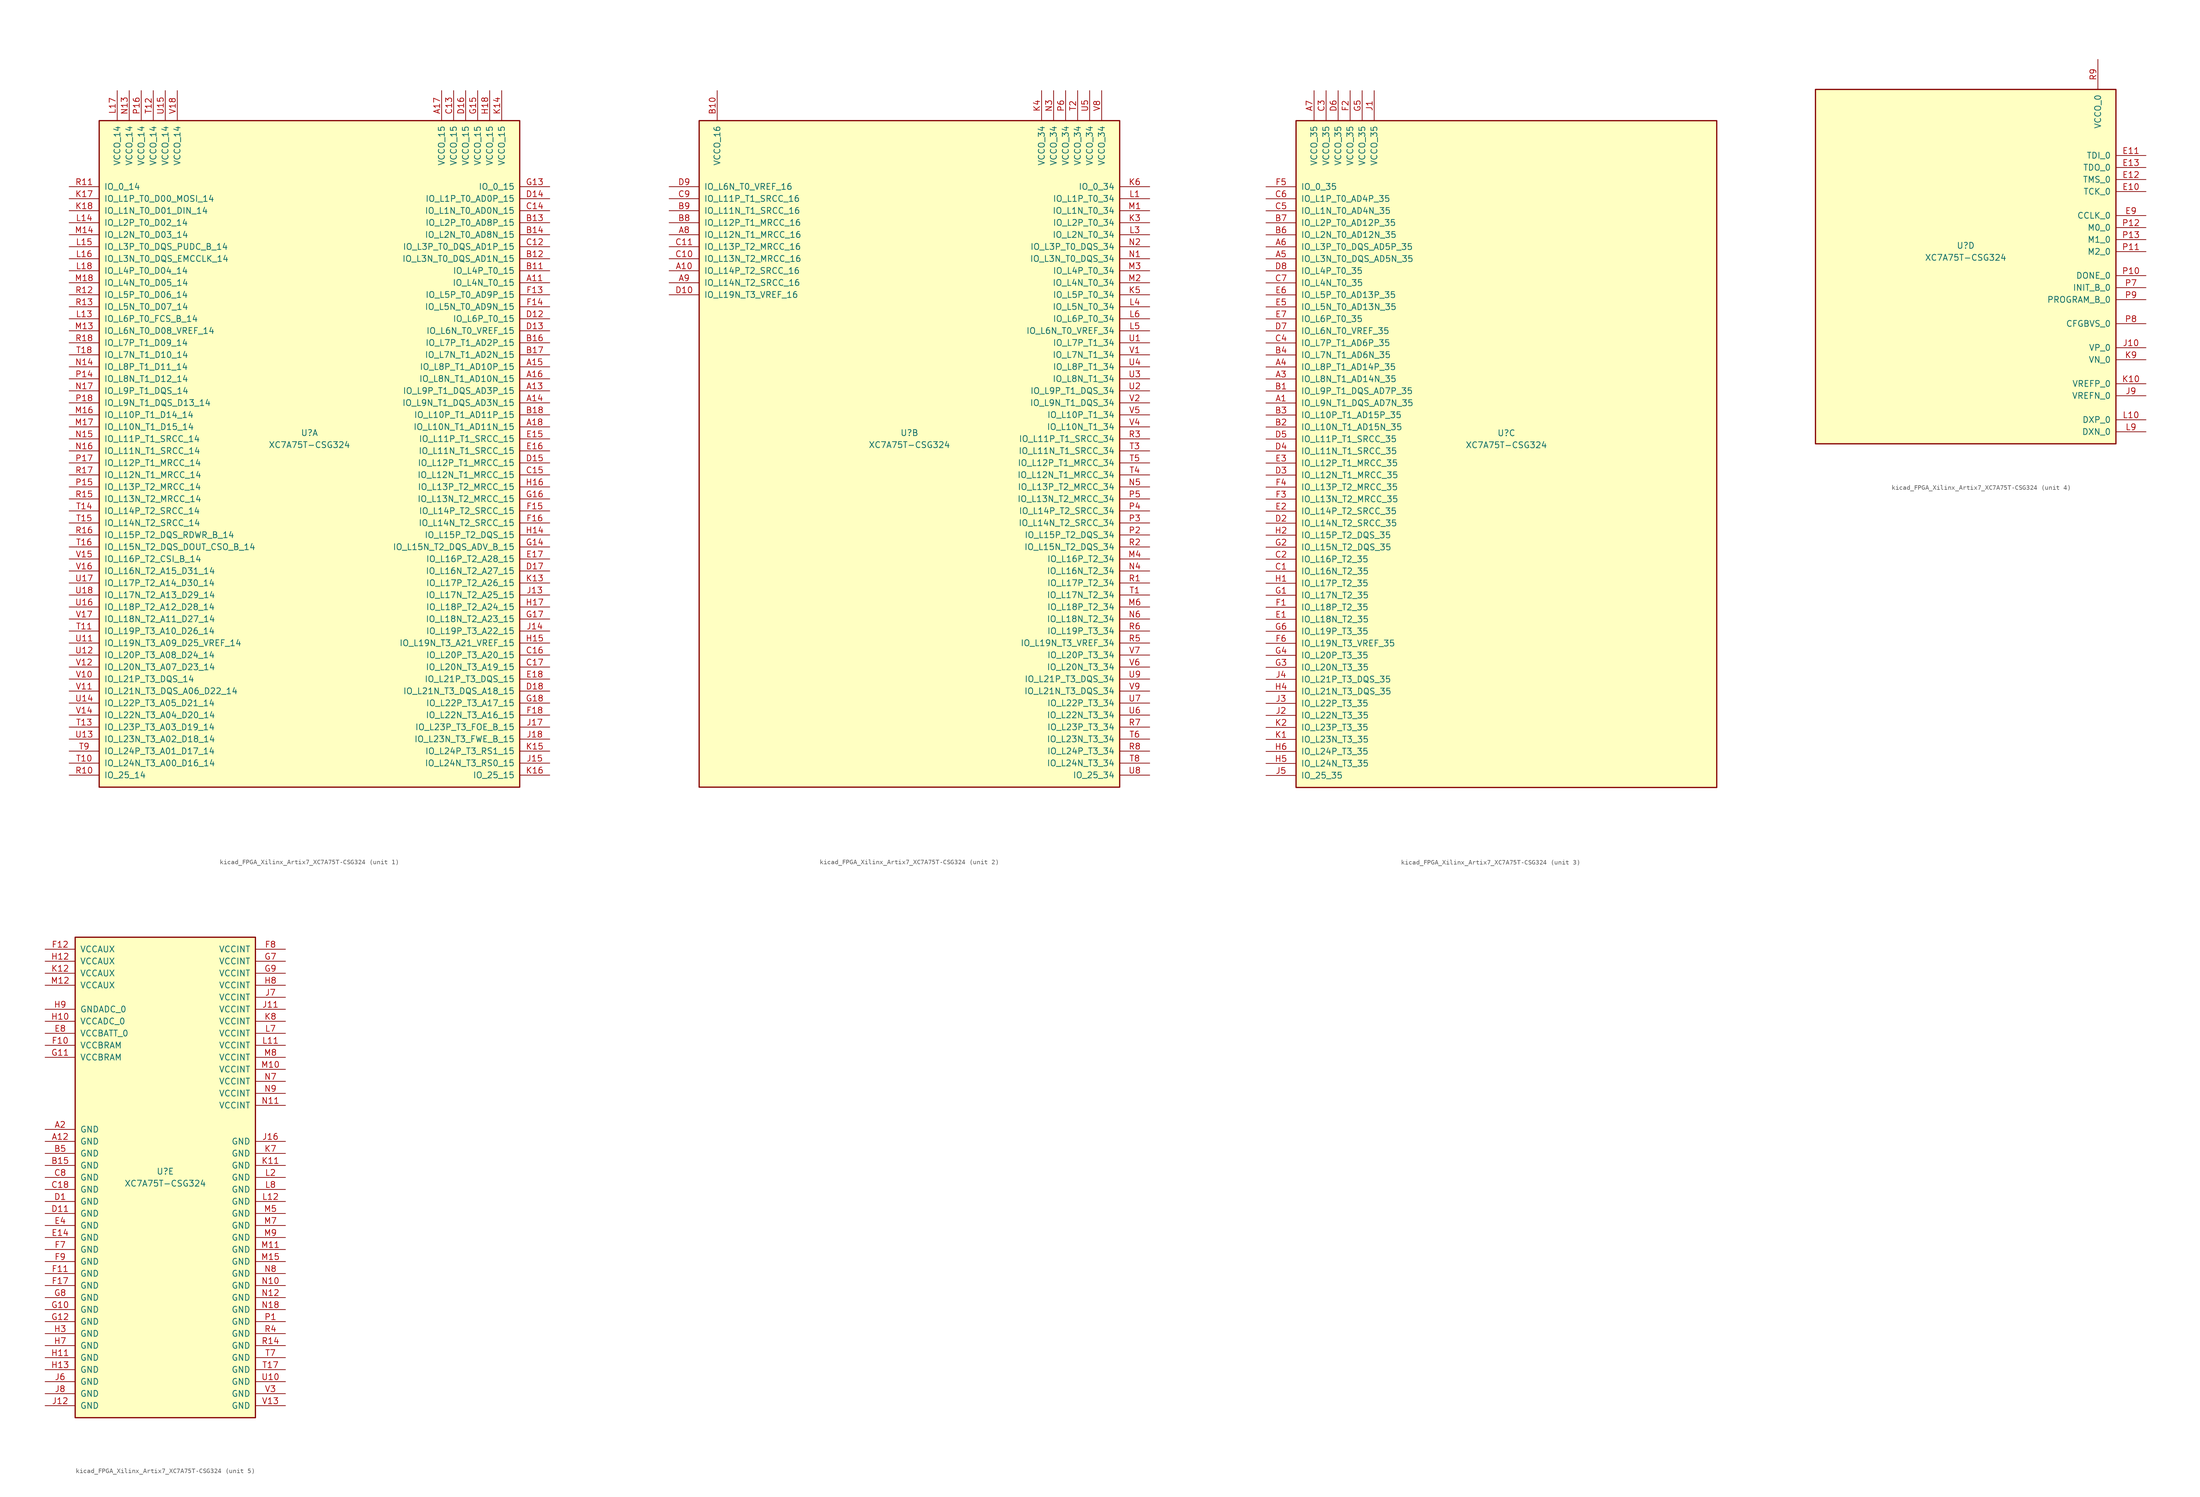
<source format=kicad_sym>
(kicad_symbol_lib
  (version 20220914)
  (generator kicad_symbol_editor)
  (symbol "kicad_FPGA_Xilinx_Artix7_XC7A75T-CSG324"
    (pin_names
      (offset 1.016))
    (property "Reference" "U"
      (at 0 1.27 0)
      (effects (font (size 1.27 1.27))))
    (property "Value" "XC7A75T-CSG324"
      (at 0 -1.27 0)
      (effects (font (size 1.27 1.27))))
    (property "Datasheet" ""
      (at 0 0 0)
      (effects (font (size 1.27 1.27))))
    (property "ki_locked" ""
      (at 0 0 0)
      (effects (font (size 1.27 1.27))))
    (symbol "kicad_FPGA_Xilinx_Artix7_XC7A75T-CSG324_1_1"
      (rectangle (start -44.45 67.31) (end 44.45 -73.66) (stroke (width 0.254) (type default)) (fill (type background)))
      (pin bidirectional line (at 50.8 33.02 180) (length 6.35) (name "IO_L4N_T0_15" (effects (font (size 1.27 1.27)))) (number "A11" (effects (font (size 1.27 1.27)))))
      (pin bidirectional line (at 50.8 10.16 180) (length 6.35) (name "IO_L9P_T1_DQS_AD3P_15" (effects (font (size 1.27 1.27)))) (number "A13" (effects (font (size 1.27 1.27)))))
      (pin bidirectional line (at 50.8 7.62 180) (length 6.35) (name "IO_L9N_T1_DQS_AD3N_15" (effects (font (size 1.27 1.27)))) (number "A14" (effects (font (size 1.27 1.27)))))
      (pin bidirectional line (at 50.8 15.24 180) (length 6.35) (name "IO_L8P_T1_AD10P_15" (effects (font (size 1.27 1.27)))) (number "A15" (effects (font (size 1.27 1.27)))))
      (pin bidirectional line (at 50.8 12.7 180) (length 6.35) (name "IO_L8N_T1_AD10N_15" (effects (font (size 1.27 1.27)))) (number "A16" (effects (font (size 1.27 1.27)))))
      (pin power_in line (at 27.94 73.66 270) (length 6.35) (name "VCCO_15" (effects (font (size 1.27 1.27)))) (number "A17" (effects (font (size 1.27 1.27)))))
      (pin bidirectional line (at 50.8 2.54 180) (length 6.35) (name "IO_L10N_T1_AD11N_15" (effects (font (size 1.27 1.27)))) (number "A18" (effects (font (size 1.27 1.27)))))
      (pin bidirectional line (at 50.8 35.56 180) (length 6.35) (name "IO_L4P_T0_15" (effects (font (size 1.27 1.27)))) (number "B11" (effects (font (size 1.27 1.27)))))
      (pin bidirectional line (at 50.8 38.1 180) (length 6.35) (name "IO_L3N_T0_DQS_AD1N_15" (effects (font (size 1.27 1.27)))) (number "B12" (effects (font (size 1.27 1.27)))))
      (pin bidirectional line (at 50.8 45.72 180) (length 6.35) (name "IO_L2P_T0_AD8P_15" (effects (font (size 1.27 1.27)))) (number "B13" (effects (font (size 1.27 1.27)))))
      (pin bidirectional line (at 50.8 43.18 180) (length 6.35) (name "IO_L2N_T0_AD8N_15" (effects (font (size 1.27 1.27)))) (number "B14" (effects (font (size 1.27 1.27)))))
      (pin bidirectional line (at 50.8 20.32 180) (length 6.35) (name "IO_L7P_T1_AD2P_15" (effects (font (size 1.27 1.27)))) (number "B16" (effects (font (size 1.27 1.27)))))
      (pin bidirectional line (at 50.8 17.78 180) (length 6.35) (name "IO_L7N_T1_AD2N_15" (effects (font (size 1.27 1.27)))) (number "B17" (effects (font (size 1.27 1.27)))))
      (pin bidirectional line (at 50.8 5.08 180) (length 6.35) (name "IO_L10P_T1_AD11P_15" (effects (font (size 1.27 1.27)))) (number "B18" (effects (font (size 1.27 1.27)))))
      (pin bidirectional line (at 50.8 40.64 180) (length 6.35) (name "IO_L3P_T0_DQS_AD1P_15" (effects (font (size 1.27 1.27)))) (number "C12" (effects (font (size 1.27 1.27)))))
      (pin power_in line (at 30.48 73.66 270) (length 6.35) (name "VCCO_15" (effects (font (size 1.27 1.27)))) (number "C13" (effects (font (size 1.27 1.27)))))
      (pin bidirectional line (at 50.8 48.26 180) (length 6.35) (name "IO_L1N_T0_AD0N_15" (effects (font (size 1.27 1.27)))) (number "C14" (effects (font (size 1.27 1.27)))))
      (pin bidirectional line (at 50.8 -7.62 180) (length 6.35) (name "IO_L12N_T1_MRCC_15" (effects (font (size 1.27 1.27)))) (number "C15" (effects (font (size 1.27 1.27)))))
      (pin bidirectional line (at 50.8 -45.72 180) (length 6.35) (name "IO_L20P_T3_A20_15" (effects (font (size 1.27 1.27)))) (number "C16" (effects (font (size 1.27 1.27)))))
      (pin bidirectional line (at 50.8 -48.26 180) (length 6.35) (name "IO_L20N_T3_A19_15" (effects (font (size 1.27 1.27)))) (number "C17" (effects (font (size 1.27 1.27)))))
      (pin bidirectional line (at 50.8 25.4 180) (length 6.35) (name "IO_L6P_T0_15" (effects (font (size 1.27 1.27)))) (number "D12" (effects (font (size 1.27 1.27)))))
      (pin bidirectional line (at 50.8 22.86 180) (length 6.35) (name "IO_L6N_T0_VREF_15" (effects (font (size 1.27 1.27)))) (number "D13" (effects (font (size 1.27 1.27)))))
      (pin bidirectional line (at 50.8 50.8 180) (length 6.35) (name "IO_L1P_T0_AD0P_15" (effects (font (size 1.27 1.27)))) (number "D14" (effects (font (size 1.27 1.27)))))
      (pin bidirectional line (at 50.8 -5.08 180) (length 6.35) (name "IO_L12P_T1_MRCC_15" (effects (font (size 1.27 1.27)))) (number "D15" (effects (font (size 1.27 1.27)))))
      (pin power_in line (at 33.02 73.66 270) (length 6.35) (name "VCCO_15" (effects (font (size 1.27 1.27)))) (number "D16" (effects (font (size 1.27 1.27)))))
      (pin bidirectional line (at 50.8 -27.94 180) (length 6.35) (name "IO_L16N_T2_A27_15" (effects (font (size 1.27 1.27)))) (number "D17" (effects (font (size 1.27 1.27)))))
      (pin bidirectional line (at 50.8 -53.34 180) (length 6.35) (name "IO_L21N_T3_DQS_A18_15" (effects (font (size 1.27 1.27)))) (number "D18" (effects (font (size 1.27 1.27)))))
      (pin bidirectional line (at 50.8 0 180) (length 6.35) (name "IO_L11P_T1_SRCC_15" (effects (font (size 1.27 1.27)))) (number "E15" (effects (font (size 1.27 1.27)))))
      (pin bidirectional line (at 50.8 -2.54 180) (length 6.35) (name "IO_L11N_T1_SRCC_15" (effects (font (size 1.27 1.27)))) (number "E16" (effects (font (size 1.27 1.27)))))
      (pin bidirectional line (at 50.8 -25.4 180) (length 6.35) (name "IO_L16P_T2_A28_15" (effects (font (size 1.27 1.27)))) (number "E17" (effects (font (size 1.27 1.27)))))
      (pin bidirectional line (at 50.8 -50.8 180) (length 6.35) (name "IO_L21P_T3_DQS_15" (effects (font (size 1.27 1.27)))) (number "E18" (effects (font (size 1.27 1.27)))))
      (pin bidirectional line (at 50.8 30.48 180) (length 6.35) (name "IO_L5P_T0_AD9P_15" (effects (font (size 1.27 1.27)))) (number "F13" (effects (font (size 1.27 1.27)))))
      (pin bidirectional line (at 50.8 27.94 180) (length 6.35) (name "IO_L5N_T0_AD9N_15" (effects (font (size 1.27 1.27)))) (number "F14" (effects (font (size 1.27 1.27)))))
      (pin bidirectional line (at 50.8 -15.24 180) (length 6.35) (name "IO_L14P_T2_SRCC_15" (effects (font (size 1.27 1.27)))) (number "F15" (effects (font (size 1.27 1.27)))))
      (pin bidirectional line (at 50.8 -17.78 180) (length 6.35) (name "IO_L14N_T2_SRCC_15" (effects (font (size 1.27 1.27)))) (number "F16" (effects (font (size 1.27 1.27)))))
      (pin bidirectional line (at 50.8 -58.42 180) (length 6.35) (name "IO_L22N_T3_A16_15" (effects (font (size 1.27 1.27)))) (number "F18" (effects (font (size 1.27 1.27)))))
      (pin bidirectional line (at 50.8 53.34 180) (length 6.35) (name "IO_0_15" (effects (font (size 1.27 1.27)))) (number "G13" (effects (font (size 1.27 1.27)))))
      (pin bidirectional line (at 50.8 -22.86 180) (length 6.35) (name "IO_L15N_T2_DQS_ADV_B_15" (effects (font (size 1.27 1.27)))) (number "G14" (effects (font (size 1.27 1.27)))))
      (pin power_in line (at 35.56 73.66 270) (length 6.35) (name "VCCO_15" (effects (font (size 1.27 1.27)))) (number "G15" (effects (font (size 1.27 1.27)))))
      (pin bidirectional line (at 50.8 -12.7 180) (length 6.35) (name "IO_L13N_T2_MRCC_15" (effects (font (size 1.27 1.27)))) (number "G16" (effects (font (size 1.27 1.27)))))
      (pin bidirectional line (at 50.8 -38.1 180) (length 6.35) (name "IO_L18N_T2_A23_15" (effects (font (size 1.27 1.27)))) (number "G17" (effects (font (size 1.27 1.27)))))
      (pin bidirectional line (at 50.8 -55.88 180) (length 6.35) (name "IO_L22P_T3_A17_15" (effects (font (size 1.27 1.27)))) (number "G18" (effects (font (size 1.27 1.27)))))
      (pin bidirectional line (at 50.8 -20.32 180) (length 6.35) (name "IO_L15P_T2_DQS_15" (effects (font (size 1.27 1.27)))) (number "H14" (effects (font (size 1.27 1.27)))))
      (pin bidirectional line (at 50.8 -43.18 180) (length 6.35) (name "IO_L19N_T3_A21_VREF_15" (effects (font (size 1.27 1.27)))) (number "H15" (effects (font (size 1.27 1.27)))))
      (pin bidirectional line (at 50.8 -10.16 180) (length 6.35) (name "IO_L13P_T2_MRCC_15" (effects (font (size 1.27 1.27)))) (number "H16" (effects (font (size 1.27 1.27)))))
      (pin bidirectional line (at 50.8 -35.56 180) (length 6.35) (name "IO_L18P_T2_A24_15" (effects (font (size 1.27 1.27)))) (number "H17" (effects (font (size 1.27 1.27)))))
      (pin power_in line (at 38.1 73.66 270) (length 6.35) (name "VCCO_15" (effects (font (size 1.27 1.27)))) (number "H18" (effects (font (size 1.27 1.27)))))
      (pin bidirectional line (at 50.8 -33.02 180) (length 6.35) (name "IO_L17N_T2_A25_15" (effects (font (size 1.27 1.27)))) (number "J13" (effects (font (size 1.27 1.27)))))
      (pin bidirectional line (at 50.8 -40.64 180) (length 6.35) (name "IO_L19P_T3_A22_15" (effects (font (size 1.27 1.27)))) (number "J14" (effects (font (size 1.27 1.27)))))
      (pin bidirectional line (at 50.8 -68.58 180) (length 6.35) (name "IO_L24N_T3_RS0_15" (effects (font (size 1.27 1.27)))) (number "J15" (effects (font (size 1.27 1.27)))))
      (pin bidirectional line (at 50.8 -60.96 180) (length 6.35) (name "IO_L23P_T3_FOE_B_15" (effects (font (size 1.27 1.27)))) (number "J17" (effects (font (size 1.27 1.27)))))
      (pin bidirectional line (at 50.8 -63.5 180) (length 6.35) (name "IO_L23N_T3_FWE_B_15" (effects (font (size 1.27 1.27)))) (number "J18" (effects (font (size 1.27 1.27)))))
      (pin bidirectional line (at 50.8 -30.48 180) (length 6.35) (name "IO_L17P_T2_A26_15" (effects (font (size 1.27 1.27)))) (number "K13" (effects (font (size 1.27 1.27)))))
      (pin power_in line (at 40.64 73.66 270) (length 6.35) (name "VCCO_15" (effects (font (size 1.27 1.27)))) (number "K14" (effects (font (size 1.27 1.27)))))
      (pin bidirectional line (at 50.8 -66.04 180) (length 6.35) (name "IO_L24P_T3_RS1_15" (effects (font (size 1.27 1.27)))) (number "K15" (effects (font (size 1.27 1.27)))))
      (pin bidirectional line (at 50.8 -71.12 180) (length 6.35) (name "IO_25_15" (effects (font (size 1.27 1.27)))) (number "K16" (effects (font (size 1.27 1.27)))))
      (pin bidirectional line (at -50.8 50.8 0) (length 6.35) (name "IO_L1P_T0_D00_MOSI_14" (effects (font (size 1.27 1.27)))) (number "K17" (effects (font (size 1.27 1.27)))))
      (pin bidirectional line (at -50.8 48.26 0) (length 6.35) (name "IO_L1N_T0_D01_DIN_14" (effects (font (size 1.27 1.27)))) (number "K18" (effects (font (size 1.27 1.27)))))
      (pin bidirectional line (at -50.8 25.4 0) (length 6.35) (name "IO_L6P_T0_FCS_B_14" (effects (font (size 1.27 1.27)))) (number "L13" (effects (font (size 1.27 1.27)))))
      (pin bidirectional line (at -50.8 45.72 0) (length 6.35) (name "IO_L2P_T0_D02_14" (effects (font (size 1.27 1.27)))) (number "L14" (effects (font (size 1.27 1.27)))))
      (pin bidirectional line (at -50.8 40.64 0) (length 6.35) (name "IO_L3P_T0_DQS_PUDC_B_14" (effects (font (size 1.27 1.27)))) (number "L15" (effects (font (size 1.27 1.27)))))
      (pin bidirectional line (at -50.8 38.1 0) (length 6.35) (name "IO_L3N_T0_DQS_EMCCLK_14" (effects (font (size 1.27 1.27)))) (number "L16" (effects (font (size 1.27 1.27)))))
      (pin power_in line (at -40.64 73.66 270) (length 6.35) (name "VCCO_14" (effects (font (size 1.27 1.27)))) (number "L17" (effects (font (size 1.27 1.27)))))
      (pin bidirectional line (at -50.8 35.56 0) (length 6.35) (name "IO_L4P_T0_D04_14" (effects (font (size 1.27 1.27)))) (number "L18" (effects (font (size 1.27 1.27)))))
      (pin bidirectional line (at -50.8 22.86 0) (length 6.35) (name "IO_L6N_T0_D08_VREF_14" (effects (font (size 1.27 1.27)))) (number "M13" (effects (font (size 1.27 1.27)))))
      (pin bidirectional line (at -50.8 43.18 0) (length 6.35) (name "IO_L2N_T0_D03_14" (effects (font (size 1.27 1.27)))) (number "M14" (effects (font (size 1.27 1.27)))))
      (pin bidirectional line (at -50.8 5.08 0) (length 6.35) (name "IO_L10P_T1_D14_14" (effects (font (size 1.27 1.27)))) (number "M16" (effects (font (size 1.27 1.27)))))
      (pin bidirectional line (at -50.8 2.54 0) (length 6.35) (name "IO_L10N_T1_D15_14" (effects (font (size 1.27 1.27)))) (number "M17" (effects (font (size 1.27 1.27)))))
      (pin bidirectional line (at -50.8 33.02 0) (length 6.35) (name "IO_L4N_T0_D05_14" (effects (font (size 1.27 1.27)))) (number "M18" (effects (font (size 1.27 1.27)))))
      (pin power_in line (at -38.1 73.66 270) (length 6.35) (name "VCCO_14" (effects (font (size 1.27 1.27)))) (number "N13" (effects (font (size 1.27 1.27)))))
      (pin bidirectional line (at -50.8 15.24 0) (length 6.35) (name "IO_L8P_T1_D11_14" (effects (font (size 1.27 1.27)))) (number "N14" (effects (font (size 1.27 1.27)))))
      (pin bidirectional line (at -50.8 0 0) (length 6.35) (name "IO_L11P_T1_SRCC_14" (effects (font (size 1.27 1.27)))) (number "N15" (effects (font (size 1.27 1.27)))))
      (pin bidirectional line (at -50.8 -2.54 0) (length 6.35) (name "IO_L11N_T1_SRCC_14" (effects (font (size 1.27 1.27)))) (number "N16" (effects (font (size 1.27 1.27)))))
      (pin bidirectional line (at -50.8 10.16 0) (length 6.35) (name "IO_L9P_T1_DQS_14" (effects (font (size 1.27 1.27)))) (number "N17" (effects (font (size 1.27 1.27)))))
      (pin bidirectional line (at -50.8 12.7 0) (length 6.35) (name "IO_L8N_T1_D12_14" (effects (font (size 1.27 1.27)))) (number "P14" (effects (font (size 1.27 1.27)))))
      (pin bidirectional line (at -50.8 -10.16 0) (length 6.35) (name "IO_L13P_T2_MRCC_14" (effects (font (size 1.27 1.27)))) (number "P15" (effects (font (size 1.27 1.27)))))
      (pin power_in line (at -35.56 73.66 270) (length 6.35) (name "VCCO_14" (effects (font (size 1.27 1.27)))) (number "P16" (effects (font (size 1.27 1.27)))))
      (pin bidirectional line (at -50.8 -5.08 0) (length 6.35) (name "IO_L12P_T1_MRCC_14" (effects (font (size 1.27 1.27)))) (number "P17" (effects (font (size 1.27 1.27)))))
      (pin bidirectional line (at -50.8 7.62 0) (length 6.35) (name "IO_L9N_T1_DQS_D13_14" (effects (font (size 1.27 1.27)))) (number "P18" (effects (font (size 1.27 1.27)))))
      (pin bidirectional line (at -50.8 -71.12 0) (length 6.35) (name "IO_25_14" (effects (font (size 1.27 1.27)))) (number "R10" (effects (font (size 1.27 1.27)))))
      (pin bidirectional line (at -50.8 53.34 0) (length 6.35) (name "IO_0_14" (effects (font (size 1.27 1.27)))) (number "R11" (effects (font (size 1.27 1.27)))))
      (pin bidirectional line (at -50.8 30.48 0) (length 6.35) (name "IO_L5P_T0_D06_14" (effects (font (size 1.27 1.27)))) (number "R12" (effects (font (size 1.27 1.27)))))
      (pin bidirectional line (at -50.8 27.94 0) (length 6.35) (name "IO_L5N_T0_D07_14" (effects (font (size 1.27 1.27)))) (number "R13" (effects (font (size 1.27 1.27)))))
      (pin bidirectional line (at -50.8 -12.7 0) (length 6.35) (name "IO_L13N_T2_MRCC_14" (effects (font (size 1.27 1.27)))) (number "R15" (effects (font (size 1.27 1.27)))))
      (pin bidirectional line (at -50.8 -20.32 0) (length 6.35) (name "IO_L15P_T2_DQS_RDWR_B_14" (effects (font (size 1.27 1.27)))) (number "R16" (effects (font (size 1.27 1.27)))))
      (pin bidirectional line (at -50.8 -7.62 0) (length 6.35) (name "IO_L12N_T1_MRCC_14" (effects (font (size 1.27 1.27)))) (number "R17" (effects (font (size 1.27 1.27)))))
      (pin bidirectional line (at -50.8 20.32 0) (length 6.35) (name "IO_L7P_T1_D09_14" (effects (font (size 1.27 1.27)))) (number "R18" (effects (font (size 1.27 1.27)))))
      (pin bidirectional line (at -50.8 -68.58 0) (length 6.35) (name "IO_L24N_T3_A00_D16_14" (effects (font (size 1.27 1.27)))) (number "T10" (effects (font (size 1.27 1.27)))))
      (pin bidirectional line (at -50.8 -40.64 0) (length 6.35) (name "IO_L19P_T3_A10_D26_14" (effects (font (size 1.27 1.27)))) (number "T11" (effects (font (size 1.27 1.27)))))
      (pin power_in line (at -33.02 73.66 270) (length 6.35) (name "VCCO_14" (effects (font (size 1.27 1.27)))) (number "T12" (effects (font (size 1.27 1.27)))))
      (pin bidirectional line (at -50.8 -60.96 0) (length 6.35) (name "IO_L23P_T3_A03_D19_14" (effects (font (size 1.27 1.27)))) (number "T13" (effects (font (size 1.27 1.27)))))
      (pin bidirectional line (at -50.8 -15.24 0) (length 6.35) (name "IO_L14P_T2_SRCC_14" (effects (font (size 1.27 1.27)))) (number "T14" (effects (font (size 1.27 1.27)))))
      (pin bidirectional line (at -50.8 -17.78 0) (length 6.35) (name "IO_L14N_T2_SRCC_14" (effects (font (size 1.27 1.27)))) (number "T15" (effects (font (size 1.27 1.27)))))
      (pin bidirectional line (at -50.8 -22.86 0) (length 6.35) (name "IO_L15N_T2_DQS_DOUT_CSO_B_14" (effects (font (size 1.27 1.27)))) (number "T16" (effects (font (size 1.27 1.27)))))
      (pin bidirectional line (at -50.8 17.78 0) (length 6.35) (name "IO_L7N_T1_D10_14" (effects (font (size 1.27 1.27)))) (number "T18" (effects (font (size 1.27 1.27)))))
      (pin bidirectional line (at -50.8 -66.04 0) (length 6.35) (name "IO_L24P_T3_A01_D17_14" (effects (font (size 1.27 1.27)))) (number "T9" (effects (font (size 1.27 1.27)))))
      (pin bidirectional line (at -50.8 -43.18 0) (length 6.35) (name "IO_L19N_T3_A09_D25_VREF_14" (effects (font (size 1.27 1.27)))) (number "U11" (effects (font (size 1.27 1.27)))))
      (pin bidirectional line (at -50.8 -45.72 0) (length 6.35) (name "IO_L20P_T3_A08_D24_14" (effects (font (size 1.27 1.27)))) (number "U12" (effects (font (size 1.27 1.27)))))
      (pin bidirectional line (at -50.8 -63.5 0) (length 6.35) (name "IO_L23N_T3_A02_D18_14" (effects (font (size 1.27 1.27)))) (number "U13" (effects (font (size 1.27 1.27)))))
      (pin bidirectional line (at -50.8 -55.88 0) (length 6.35) (name "IO_L22P_T3_A05_D21_14" (effects (font (size 1.27 1.27)))) (number "U14" (effects (font (size 1.27 1.27)))))
      (pin power_in line (at -30.48 73.66 270) (length 6.35) (name "VCCO_14" (effects (font (size 1.27 1.27)))) (number "U15" (effects (font (size 1.27 1.27)))))
      (pin bidirectional line (at -50.8 -35.56 0) (length 6.35) (name "IO_L18P_T2_A12_D28_14" (effects (font (size 1.27 1.27)))) (number "U16" (effects (font (size 1.27 1.27)))))
      (pin bidirectional line (at -50.8 -30.48 0) (length 6.35) (name "IO_L17P_T2_A14_D30_14" (effects (font (size 1.27 1.27)))) (number "U17" (effects (font (size 1.27 1.27)))))
      (pin bidirectional line (at -50.8 -33.02 0) (length 6.35) (name "IO_L17N_T2_A13_D29_14" (effects (font (size 1.27 1.27)))) (number "U18" (effects (font (size 1.27 1.27)))))
      (pin bidirectional line (at -50.8 -50.8 0) (length 6.35) (name "IO_L21P_T3_DQS_14" (effects (font (size 1.27 1.27)))) (number "V10" (effects (font (size 1.27 1.27)))))
      (pin bidirectional line (at -50.8 -53.34 0) (length 6.35) (name "IO_L21N_T3_DQS_A06_D22_14" (effects (font (size 1.27 1.27)))) (number "V11" (effects (font (size 1.27 1.27)))))
      (pin bidirectional line (at -50.8 -48.26 0) (length 6.35) (name "IO_L20N_T3_A07_D23_14" (effects (font (size 1.27 1.27)))) (number "V12" (effects (font (size 1.27 1.27)))))
      (pin bidirectional line (at -50.8 -58.42 0) (length 6.35) (name "IO_L22N_T3_A04_D20_14" (effects (font (size 1.27 1.27)))) (number "V14" (effects (font (size 1.27 1.27)))))
      (pin bidirectional line (at -50.8 -25.4 0) (length 6.35) (name "IO_L16P_T2_CSI_B_14" (effects (font (size 1.27 1.27)))) (number "V15" (effects (font (size 1.27 1.27)))))
      (pin bidirectional line (at -50.8 -27.94 0) (length 6.35) (name "IO_L16N_T2_A15_D31_14" (effects (font (size 1.27 1.27)))) (number "V16" (effects (font (size 1.27 1.27)))))
      (pin bidirectional line (at -50.8 -38.1 0) (length 6.35) (name "IO_L18N_T2_A11_D27_14" (effects (font (size 1.27 1.27)))) (number "V17" (effects (font (size 1.27 1.27)))))
      (pin power_in line (at -27.94 73.66 270) (length 6.35) (name "VCCO_14" (effects (font (size 1.27 1.27)))) (number "V18" (effects (font (size 1.27 1.27))))))
    (symbol "kicad_FPGA_Xilinx_Artix7_XC7A75T-CSG324_2_1"
      (rectangle (start -44.45 67.31) (end 44.45 -73.66) (stroke (width 0.254) (type default)) (fill (type background)))
      (pin bidirectional line (at -50.8 35.56 0) (length 6.35) (name "IO_L14P_T2_SRCC_16" (effects (font (size 1.27 1.27)))) (number "A10" (effects (font (size 1.27 1.27)))))
      (pin bidirectional line (at -50.8 43.18 0) (length 6.35) (name "IO_L12N_T1_MRCC_16" (effects (font (size 1.27 1.27)))) (number "A8" (effects (font (size 1.27 1.27)))))
      (pin bidirectional line (at -50.8 33.02 0) (length 6.35) (name "IO_L14N_T2_SRCC_16" (effects (font (size 1.27 1.27)))) (number "A9" (effects (font (size 1.27 1.27)))))
      (pin power_in line (at -40.64 73.66 270) (length 6.35) (name "VCCO_16" (effects (font (size 1.27 1.27)))) (number "B10" (effects (font (size 1.27 1.27)))))
      (pin bidirectional line (at -50.8 45.72 0) (length 6.35) (name "IO_L12P_T1_MRCC_16" (effects (font (size 1.27 1.27)))) (number "B8" (effects (font (size 1.27 1.27)))))
      (pin bidirectional line (at -50.8 48.26 0) (length 6.35) (name "IO_L11N_T1_SRCC_16" (effects (font (size 1.27 1.27)))) (number "B9" (effects (font (size 1.27 1.27)))))
      (pin bidirectional line (at -50.8 38.1 0) (length 6.35) (name "IO_L13N_T2_MRCC_16" (effects (font (size 1.27 1.27)))) (number "C10" (effects (font (size 1.27 1.27)))))
      (pin bidirectional line (at -50.8 40.64 0) (length 6.35) (name "IO_L13P_T2_MRCC_16" (effects (font (size 1.27 1.27)))) (number "C11" (effects (font (size 1.27 1.27)))))
      (pin bidirectional line (at -50.8 50.8 0) (length 6.35) (name "IO_L11P_T1_SRCC_16" (effects (font (size 1.27 1.27)))) (number "C9" (effects (font (size 1.27 1.27)))))
      (pin bidirectional line (at -50.8 30.48 0) (length 6.35) (name "IO_L19N_T3_VREF_16" (effects (font (size 1.27 1.27)))) (number "D10" (effects (font (size 1.27 1.27)))))
      (pin bidirectional line (at -50.8 53.34 0) (length 6.35) (name "IO_L6N_T0_VREF_16" (effects (font (size 1.27 1.27)))) (number "D9" (effects (font (size 1.27 1.27)))))
      (pin bidirectional line (at 50.8 45.72 180) (length 6.35) (name "IO_L2P_T0_34" (effects (font (size 1.27 1.27)))) (number "K3" (effects (font (size 1.27 1.27)))))
      (pin power_in line (at 27.94 73.66 270) (length 6.35) (name "VCCO_34" (effects (font (size 1.27 1.27)))) (number "K4" (effects (font (size 1.27 1.27)))))
      (pin bidirectional line (at 50.8 30.48 180) (length 6.35) (name "IO_L5P_T0_34" (effects (font (size 1.27 1.27)))) (number "K5" (effects (font (size 1.27 1.27)))))
      (pin bidirectional line (at 50.8 53.34 180) (length 6.35) (name "IO_0_34" (effects (font (size 1.27 1.27)))) (number "K6" (effects (font (size 1.27 1.27)))))
      (pin bidirectional line (at 50.8 50.8 180) (length 6.35) (name "IO_L1P_T0_34" (effects (font (size 1.27 1.27)))) (number "L1" (effects (font (size 1.27 1.27)))))
      (pin bidirectional line (at 50.8 43.18 180) (length 6.35) (name "IO_L2N_T0_34" (effects (font (size 1.27 1.27)))) (number "L3" (effects (font (size 1.27 1.27)))))
      (pin bidirectional line (at 50.8 27.94 180) (length 6.35) (name "IO_L5N_T0_34" (effects (font (size 1.27 1.27)))) (number "L4" (effects (font (size 1.27 1.27)))))
      (pin bidirectional line (at 50.8 22.86 180) (length 6.35) (name "IO_L6N_T0_VREF_34" (effects (font (size 1.27 1.27)))) (number "L5" (effects (font (size 1.27 1.27)))))
      (pin bidirectional line (at 50.8 25.4 180) (length 6.35) (name "IO_L6P_T0_34" (effects (font (size 1.27 1.27)))) (number "L6" (effects (font (size 1.27 1.27)))))
      (pin bidirectional line (at 50.8 48.26 180) (length 6.35) (name "IO_L1N_T0_34" (effects (font (size 1.27 1.27)))) (number "M1" (effects (font (size 1.27 1.27)))))
      (pin bidirectional line (at 50.8 33.02 180) (length 6.35) (name "IO_L4N_T0_34" (effects (font (size 1.27 1.27)))) (number "M2" (effects (font (size 1.27 1.27)))))
      (pin bidirectional line (at 50.8 35.56 180) (length 6.35) (name "IO_L4P_T0_34" (effects (font (size 1.27 1.27)))) (number "M3" (effects (font (size 1.27 1.27)))))
      (pin bidirectional line (at 50.8 -25.4 180) (length 6.35) (name "IO_L16P_T2_34" (effects (font (size 1.27 1.27)))) (number "M4" (effects (font (size 1.27 1.27)))))
      (pin bidirectional line (at 50.8 -35.56 180) (length 6.35) (name "IO_L18P_T2_34" (effects (font (size 1.27 1.27)))) (number "M6" (effects (font (size 1.27 1.27)))))
      (pin bidirectional line (at 50.8 38.1 180) (length 6.35) (name "IO_L3N_T0_DQS_34" (effects (font (size 1.27 1.27)))) (number "N1" (effects (font (size 1.27 1.27)))))
      (pin bidirectional line (at 50.8 40.64 180) (length 6.35) (name "IO_L3P_T0_DQS_34" (effects (font (size 1.27 1.27)))) (number "N2" (effects (font (size 1.27 1.27)))))
      (pin power_in line (at 30.48 73.66 270) (length 6.35) (name "VCCO_34" (effects (font (size 1.27 1.27)))) (number "N3" (effects (font (size 1.27 1.27)))))
      (pin bidirectional line (at 50.8 -27.94 180) (length 6.35) (name "IO_L16N_T2_34" (effects (font (size 1.27 1.27)))) (number "N4" (effects (font (size 1.27 1.27)))))
      (pin bidirectional line (at 50.8 -10.16 180) (length 6.35) (name "IO_L13P_T2_MRCC_34" (effects (font (size 1.27 1.27)))) (number "N5" (effects (font (size 1.27 1.27)))))
      (pin bidirectional line (at 50.8 -38.1 180) (length 6.35) (name "IO_L18N_T2_34" (effects (font (size 1.27 1.27)))) (number "N6" (effects (font (size 1.27 1.27)))))
      (pin bidirectional line (at 50.8 -20.32 180) (length 6.35) (name "IO_L15P_T2_DQS_34" (effects (font (size 1.27 1.27)))) (number "P2" (effects (font (size 1.27 1.27)))))
      (pin bidirectional line (at 50.8 -17.78 180) (length 6.35) (name "IO_L14N_T2_SRCC_34" (effects (font (size 1.27 1.27)))) (number "P3" (effects (font (size 1.27 1.27)))))
      (pin bidirectional line (at 50.8 -15.24 180) (length 6.35) (name "IO_L14P_T2_SRCC_34" (effects (font (size 1.27 1.27)))) (number "P4" (effects (font (size 1.27 1.27)))))
      (pin bidirectional line (at 50.8 -12.7 180) (length 6.35) (name "IO_L13N_T2_MRCC_34" (effects (font (size 1.27 1.27)))) (number "P5" (effects (font (size 1.27 1.27)))))
      (pin power_in line (at 33.02 73.66 270) (length 6.35) (name "VCCO_34" (effects (font (size 1.27 1.27)))) (number "P6" (effects (font (size 1.27 1.27)))))
      (pin bidirectional line (at 50.8 -30.48 180) (length 6.35) (name "IO_L17P_T2_34" (effects (font (size 1.27 1.27)))) (number "R1" (effects (font (size 1.27 1.27)))))
      (pin bidirectional line (at 50.8 -22.86 180) (length 6.35) (name "IO_L15N_T2_DQS_34" (effects (font (size 1.27 1.27)))) (number "R2" (effects (font (size 1.27 1.27)))))
      (pin bidirectional line (at 50.8 0 180) (length 6.35) (name "IO_L11P_T1_SRCC_34" (effects (font (size 1.27 1.27)))) (number "R3" (effects (font (size 1.27 1.27)))))
      (pin bidirectional line (at 50.8 -43.18 180) (length 6.35) (name "IO_L19N_T3_VREF_34" (effects (font (size 1.27 1.27)))) (number "R5" (effects (font (size 1.27 1.27)))))
      (pin bidirectional line (at 50.8 -40.64 180) (length 6.35) (name "IO_L19P_T3_34" (effects (font (size 1.27 1.27)))) (number "R6" (effects (font (size 1.27 1.27)))))
      (pin bidirectional line (at 50.8 -60.96 180) (length 6.35) (name "IO_L23P_T3_34" (effects (font (size 1.27 1.27)))) (number "R7" (effects (font (size 1.27 1.27)))))
      (pin bidirectional line (at 50.8 -66.04 180) (length 6.35) (name "IO_L24P_T3_34" (effects (font (size 1.27 1.27)))) (number "R8" (effects (font (size 1.27 1.27)))))
      (pin bidirectional line (at 50.8 -33.02 180) (length 6.35) (name "IO_L17N_T2_34" (effects (font (size 1.27 1.27)))) (number "T1" (effects (font (size 1.27 1.27)))))
      (pin power_in line (at 35.56 73.66 270) (length 6.35) (name "VCCO_34" (effects (font (size 1.27 1.27)))) (number "T2" (effects (font (size 1.27 1.27)))))
      (pin bidirectional line (at 50.8 -2.54 180) (length 6.35) (name "IO_L11N_T1_SRCC_34" (effects (font (size 1.27 1.27)))) (number "T3" (effects (font (size 1.27 1.27)))))
      (pin bidirectional line (at 50.8 -7.62 180) (length 6.35) (name "IO_L12N_T1_MRCC_34" (effects (font (size 1.27 1.27)))) (number "T4" (effects (font (size 1.27 1.27)))))
      (pin bidirectional line (at 50.8 -5.08 180) (length 6.35) (name "IO_L12P_T1_MRCC_34" (effects (font (size 1.27 1.27)))) (number "T5" (effects (font (size 1.27 1.27)))))
      (pin bidirectional line (at 50.8 -63.5 180) (length 6.35) (name "IO_L23N_T3_34" (effects (font (size 1.27 1.27)))) (number "T6" (effects (font (size 1.27 1.27)))))
      (pin bidirectional line (at 50.8 -68.58 180) (length 6.35) (name "IO_L24N_T3_34" (effects (font (size 1.27 1.27)))) (number "T8" (effects (font (size 1.27 1.27)))))
      (pin bidirectional line (at 50.8 20.32 180) (length 6.35) (name "IO_L7P_T1_34" (effects (font (size 1.27 1.27)))) (number "U1" (effects (font (size 1.27 1.27)))))
      (pin bidirectional line (at 50.8 10.16 180) (length 6.35) (name "IO_L9P_T1_DQS_34" (effects (font (size 1.27 1.27)))) (number "U2" (effects (font (size 1.27 1.27)))))
      (pin bidirectional line (at 50.8 12.7 180) (length 6.35) (name "IO_L8N_T1_34" (effects (font (size 1.27 1.27)))) (number "U3" (effects (font (size 1.27 1.27)))))
      (pin bidirectional line (at 50.8 15.24 180) (length 6.35) (name "IO_L8P_T1_34" (effects (font (size 1.27 1.27)))) (number "U4" (effects (font (size 1.27 1.27)))))
      (pin power_in line (at 38.1 73.66 270) (length 6.35) (name "VCCO_34" (effects (font (size 1.27 1.27)))) (number "U5" (effects (font (size 1.27 1.27)))))
      (pin bidirectional line (at 50.8 -58.42 180) (length 6.35) (name "IO_L22N_T3_34" (effects (font (size 1.27 1.27)))) (number "U6" (effects (font (size 1.27 1.27)))))
      (pin bidirectional line (at 50.8 -55.88 180) (length 6.35) (name "IO_L22P_T3_34" (effects (font (size 1.27 1.27)))) (number "U7" (effects (font (size 1.27 1.27)))))
      (pin bidirectional line (at 50.8 -71.12 180) (length 6.35) (name "IO_25_34" (effects (font (size 1.27 1.27)))) (number "U8" (effects (font (size 1.27 1.27)))))
      (pin bidirectional line (at 50.8 -50.8 180) (length 6.35) (name "IO_L21P_T3_DQS_34" (effects (font (size 1.27 1.27)))) (number "U9" (effects (font (size 1.27 1.27)))))
      (pin bidirectional line (at 50.8 17.78 180) (length 6.35) (name "IO_L7N_T1_34" (effects (font (size 1.27 1.27)))) (number "V1" (effects (font (size 1.27 1.27)))))
      (pin bidirectional line (at 50.8 7.62 180) (length 6.35) (name "IO_L9N_T1_DQS_34" (effects (font (size 1.27 1.27)))) (number "V2" (effects (font (size 1.27 1.27)))))
      (pin bidirectional line (at 50.8 2.54 180) (length 6.35) (name "IO_L10N_T1_34" (effects (font (size 1.27 1.27)))) (number "V4" (effects (font (size 1.27 1.27)))))
      (pin bidirectional line (at 50.8 5.08 180) (length 6.35) (name "IO_L10P_T1_34" (effects (font (size 1.27 1.27)))) (number "V5" (effects (font (size 1.27 1.27)))))
      (pin bidirectional line (at 50.8 -48.26 180) (length 6.35) (name "IO_L20N_T3_34" (effects (font (size 1.27 1.27)))) (number "V6" (effects (font (size 1.27 1.27)))))
      (pin bidirectional line (at 50.8 -45.72 180) (length 6.35) (name "IO_L20P_T3_34" (effects (font (size 1.27 1.27)))) (number "V7" (effects (font (size 1.27 1.27)))))
      (pin power_in line (at 40.64 73.66 270) (length 6.35) (name "VCCO_34" (effects (font (size 1.27 1.27)))) (number "V8" (effects (font (size 1.27 1.27)))))
      (pin bidirectional line (at 50.8 -53.34 180) (length 6.35) (name "IO_L21N_T3_DQS_34" (effects (font (size 1.27 1.27)))) (number "V9" (effects (font (size 1.27 1.27))))))
    (symbol "kicad_FPGA_Xilinx_Artix7_XC7A75T-CSG324_3_1"
      (rectangle (start -44.45 67.31) (end 44.45 -73.66) (stroke (width 0.254) (type default)) (fill (type background)))
      (pin bidirectional line (at -50.8 7.62 0) (length 6.35) (name "IO_L9N_T1_DQS_AD7N_35" (effects (font (size 1.27 1.27)))) (number "A1" (effects (font (size 1.27 1.27)))))
      (pin bidirectional line (at -50.8 12.7 0) (length 6.35) (name "IO_L8N_T1_AD14N_35" (effects (font (size 1.27 1.27)))) (number "A3" (effects (font (size 1.27 1.27)))))
      (pin bidirectional line (at -50.8 15.24 0) (length 6.35) (name "IO_L8P_T1_AD14P_35" (effects (font (size 1.27 1.27)))) (number "A4" (effects (font (size 1.27 1.27)))))
      (pin bidirectional line (at -50.8 38.1 0) (length 6.35) (name "IO_L3N_T0_DQS_AD5N_35" (effects (font (size 1.27 1.27)))) (number "A5" (effects (font (size 1.27 1.27)))))
      (pin bidirectional line (at -50.8 40.64 0) (length 6.35) (name "IO_L3P_T0_DQS_AD5P_35" (effects (font (size 1.27 1.27)))) (number "A6" (effects (font (size 1.27 1.27)))))
      (pin power_in line (at -40.64 73.66 270) (length 6.35) (name "VCCO_35" (effects (font (size 1.27 1.27)))) (number "A7" (effects (font (size 1.27 1.27)))))
      (pin bidirectional line (at -50.8 10.16 0) (length 6.35) (name "IO_L9P_T1_DQS_AD7P_35" (effects (font (size 1.27 1.27)))) (number "B1" (effects (font (size 1.27 1.27)))))
      (pin bidirectional line (at -50.8 2.54 0) (length 6.35) (name "IO_L10N_T1_AD15N_35" (effects (font (size 1.27 1.27)))) (number "B2" (effects (font (size 1.27 1.27)))))
      (pin bidirectional line (at -50.8 5.08 0) (length 6.35) (name "IO_L10P_T1_AD15P_35" (effects (font (size 1.27 1.27)))) (number "B3" (effects (font (size 1.27 1.27)))))
      (pin bidirectional line (at -50.8 17.78 0) (length 6.35) (name "IO_L7N_T1_AD6N_35" (effects (font (size 1.27 1.27)))) (number "B4" (effects (font (size 1.27 1.27)))))
      (pin bidirectional line (at -50.8 43.18 0) (length 6.35) (name "IO_L2N_T0_AD12N_35" (effects (font (size 1.27 1.27)))) (number "B6" (effects (font (size 1.27 1.27)))))
      (pin bidirectional line (at -50.8 45.72 0) (length 6.35) (name "IO_L2P_T0_AD12P_35" (effects (font (size 1.27 1.27)))) (number "B7" (effects (font (size 1.27 1.27)))))
      (pin bidirectional line (at -50.8 -27.94 0) (length 6.35) (name "IO_L16N_T2_35" (effects (font (size 1.27 1.27)))) (number "C1" (effects (font (size 1.27 1.27)))))
      (pin bidirectional line (at -50.8 -25.4 0) (length 6.35) (name "IO_L16P_T2_35" (effects (font (size 1.27 1.27)))) (number "C2" (effects (font (size 1.27 1.27)))))
      (pin power_in line (at -38.1 73.66 270) (length 6.35) (name "VCCO_35" (effects (font (size 1.27 1.27)))) (number "C3" (effects (font (size 1.27 1.27)))))
      (pin bidirectional line (at -50.8 20.32 0) (length 6.35) (name "IO_L7P_T1_AD6P_35" (effects (font (size 1.27 1.27)))) (number "C4" (effects (font (size 1.27 1.27)))))
      (pin bidirectional line (at -50.8 48.26 0) (length 6.35) (name "IO_L1N_T0_AD4N_35" (effects (font (size 1.27 1.27)))) (number "C5" (effects (font (size 1.27 1.27)))))
      (pin bidirectional line (at -50.8 50.8 0) (length 6.35) (name "IO_L1P_T0_AD4P_35" (effects (font (size 1.27 1.27)))) (number "C6" (effects (font (size 1.27 1.27)))))
      (pin bidirectional line (at -50.8 33.02 0) (length 6.35) (name "IO_L4N_T0_35" (effects (font (size 1.27 1.27)))) (number "C7" (effects (font (size 1.27 1.27)))))
      (pin bidirectional line (at -50.8 -17.78 0) (length 6.35) (name "IO_L14N_T2_SRCC_35" (effects (font (size 1.27 1.27)))) (number "D2" (effects (font (size 1.27 1.27)))))
      (pin bidirectional line (at -50.8 -7.62 0) (length 6.35) (name "IO_L12N_T1_MRCC_35" (effects (font (size 1.27 1.27)))) (number "D3" (effects (font (size 1.27 1.27)))))
      (pin bidirectional line (at -50.8 -2.54 0) (length 6.35) (name "IO_L11N_T1_SRCC_35" (effects (font (size 1.27 1.27)))) (number "D4" (effects (font (size 1.27 1.27)))))
      (pin bidirectional line (at -50.8 0 0) (length 6.35) (name "IO_L11P_T1_SRCC_35" (effects (font (size 1.27 1.27)))) (number "D5" (effects (font (size 1.27 1.27)))))
      (pin power_in line (at -35.56 73.66 270) (length 6.35) (name "VCCO_35" (effects (font (size 1.27 1.27)))) (number "D6" (effects (font (size 1.27 1.27)))))
      (pin bidirectional line (at -50.8 22.86 0) (length 6.35) (name "IO_L6N_T0_VREF_35" (effects (font (size 1.27 1.27)))) (number "D7" (effects (font (size 1.27 1.27)))))
      (pin bidirectional line (at -50.8 35.56 0) (length 6.35) (name "IO_L4P_T0_35" (effects (font (size 1.27 1.27)))) (number "D8" (effects (font (size 1.27 1.27)))))
      (pin bidirectional line (at -50.8 -38.1 0) (length 6.35) (name "IO_L18N_T2_35" (effects (font (size 1.27 1.27)))) (number "E1" (effects (font (size 1.27 1.27)))))
      (pin bidirectional line (at -50.8 -15.24 0) (length 6.35) (name "IO_L14P_T2_SRCC_35" (effects (font (size 1.27 1.27)))) (number "E2" (effects (font (size 1.27 1.27)))))
      (pin bidirectional line (at -50.8 -5.08 0) (length 6.35) (name "IO_L12P_T1_MRCC_35" (effects (font (size 1.27 1.27)))) (number "E3" (effects (font (size 1.27 1.27)))))
      (pin bidirectional line (at -50.8 27.94 0) (length 6.35) (name "IO_L5N_T0_AD13N_35" (effects (font (size 1.27 1.27)))) (number "E5" (effects (font (size 1.27 1.27)))))
      (pin bidirectional line (at -50.8 30.48 0) (length 6.35) (name "IO_L5P_T0_AD13P_35" (effects (font (size 1.27 1.27)))) (number "E6" (effects (font (size 1.27 1.27)))))
      (pin bidirectional line (at -50.8 25.4 0) (length 6.35) (name "IO_L6P_T0_35" (effects (font (size 1.27 1.27)))) (number "E7" (effects (font (size 1.27 1.27)))))
      (pin bidirectional line (at -50.8 -35.56 0) (length 6.35) (name "IO_L18P_T2_35" (effects (font (size 1.27 1.27)))) (number "F1" (effects (font (size 1.27 1.27)))))
      (pin power_in line (at -33.02 73.66 270) (length 6.35) (name "VCCO_35" (effects (font (size 1.27 1.27)))) (number "F2" (effects (font (size 1.27 1.27)))))
      (pin bidirectional line (at -50.8 -12.7 0) (length 6.35) (name "IO_L13N_T2_MRCC_35" (effects (font (size 1.27 1.27)))) (number "F3" (effects (font (size 1.27 1.27)))))
      (pin bidirectional line (at -50.8 -10.16 0) (length 6.35) (name "IO_L13P_T2_MRCC_35" (effects (font (size 1.27 1.27)))) (number "F4" (effects (font (size 1.27 1.27)))))
      (pin bidirectional line (at -50.8 53.34 0) (length 6.35) (name "IO_0_35" (effects (font (size 1.27 1.27)))) (number "F5" (effects (font (size 1.27 1.27)))))
      (pin bidirectional line (at -50.8 -43.18 0) (length 6.35) (name "IO_L19N_T3_VREF_35" (effects (font (size 1.27 1.27)))) (number "F6" (effects (font (size 1.27 1.27)))))
      (pin bidirectional line (at -50.8 -33.02 0) (length 6.35) (name "IO_L17N_T2_35" (effects (font (size 1.27 1.27)))) (number "G1" (effects (font (size 1.27 1.27)))))
      (pin bidirectional line (at -50.8 -22.86 0) (length 6.35) (name "IO_L15N_T2_DQS_35" (effects (font (size 1.27 1.27)))) (number "G2" (effects (font (size 1.27 1.27)))))
      (pin bidirectional line (at -50.8 -48.26 0) (length 6.35) (name "IO_L20N_T3_35" (effects (font (size 1.27 1.27)))) (number "G3" (effects (font (size 1.27 1.27)))))
      (pin bidirectional line (at -50.8 -45.72 0) (length 6.35) (name "IO_L20P_T3_35" (effects (font (size 1.27 1.27)))) (number "G4" (effects (font (size 1.27 1.27)))))
      (pin power_in line (at -30.48 73.66 270) (length 6.35) (name "VCCO_35" (effects (font (size 1.27 1.27)))) (number "G5" (effects (font (size 1.27 1.27)))))
      (pin bidirectional line (at -50.8 -40.64 0) (length 6.35) (name "IO_L19P_T3_35" (effects (font (size 1.27 1.27)))) (number "G6" (effects (font (size 1.27 1.27)))))
      (pin bidirectional line (at -50.8 -30.48 0) (length 6.35) (name "IO_L17P_T2_35" (effects (font (size 1.27 1.27)))) (number "H1" (effects (font (size 1.27 1.27)))))
      (pin bidirectional line (at -50.8 -20.32 0) (length 6.35) (name "IO_L15P_T2_DQS_35" (effects (font (size 1.27 1.27)))) (number "H2" (effects (font (size 1.27 1.27)))))
      (pin bidirectional line (at -50.8 -53.34 0) (length 6.35) (name "IO_L21N_T3_DQS_35" (effects (font (size 1.27 1.27)))) (number "H4" (effects (font (size 1.27 1.27)))))
      (pin bidirectional line (at -50.8 -68.58 0) (length 6.35) (name "IO_L24N_T3_35" (effects (font (size 1.27 1.27)))) (number "H5" (effects (font (size 1.27 1.27)))))
      (pin bidirectional line (at -50.8 -66.04 0) (length 6.35) (name "IO_L24P_T3_35" (effects (font (size 1.27 1.27)))) (number "H6" (effects (font (size 1.27 1.27)))))
      (pin power_in line (at -27.94 73.66 270) (length 6.35) (name "VCCO_35" (effects (font (size 1.27 1.27)))) (number "J1" (effects (font (size 1.27 1.27)))))
      (pin bidirectional line (at -50.8 -58.42 0) (length 6.35) (name "IO_L22N_T3_35" (effects (font (size 1.27 1.27)))) (number "J2" (effects (font (size 1.27 1.27)))))
      (pin bidirectional line (at -50.8 -55.88 0) (length 6.35) (name "IO_L22P_T3_35" (effects (font (size 1.27 1.27)))) (number "J3" (effects (font (size 1.27 1.27)))))
      (pin bidirectional line (at -50.8 -50.8 0) (length 6.35) (name "IO_L21P_T3_DQS_35" (effects (font (size 1.27 1.27)))) (number "J4" (effects (font (size 1.27 1.27)))))
      (pin bidirectional line (at -50.8 -71.12 0) (length 6.35) (name "IO_25_35" (effects (font (size 1.27 1.27)))) (number "J5" (effects (font (size 1.27 1.27)))))
      (pin bidirectional line (at -50.8 -63.5 0) (length 6.35) (name "IO_L23N_T3_35" (effects (font (size 1.27 1.27)))) (number "K1" (effects (font (size 1.27 1.27)))))
      (pin bidirectional line (at -50.8 -60.96 0) (length 6.35) (name "IO_L23P_T3_35" (effects (font (size 1.27 1.27)))) (number "K2" (effects (font (size 1.27 1.27))))))
    (symbol "kicad_FPGA_Xilinx_Artix7_XC7A75T-CSG324_4_1"
      (rectangle (start -31.75 34.29) (end 31.75 -40.64) (stroke (width 0.254) (type default)) (fill (type background)))
      (pin bidirectional line (at 38.1 12.7 180) (length 6.35) (name "TCK_0" (effects (font (size 1.27 1.27)))) (number "E10" (effects (font (size 1.27 1.27)))))
      (pin bidirectional line (at 38.1 20.32 180) (length 6.35) (name "TDI_0" (effects (font (size 1.27 1.27)))) (number "E11" (effects (font (size 1.27 1.27)))))
      (pin bidirectional line (at 38.1 15.24 180) (length 6.35) (name "TMS_0" (effects (font (size 1.27 1.27)))) (number "E12" (effects (font (size 1.27 1.27)))))
      (pin bidirectional line (at 38.1 17.78 180) (length 6.35) (name "TDO_0" (effects (font (size 1.27 1.27)))) (number "E13" (effects (font (size 1.27 1.27)))))
      (pin bidirectional line (at 38.1 7.62 180) (length 6.35) (name "CCLK_0" (effects (font (size 1.27 1.27)))) (number "E9" (effects (font (size 1.27 1.27)))))
      (pin bidirectional line (at 38.1 -20.32 180) (length 6.35) (name "VP_0" (effects (font (size 1.27 1.27)))) (number "J10" (effects (font (size 1.27 1.27)))))
      (pin bidirectional line (at 38.1 -30.48 180) (length 6.35) (name "VREFN_0" (effects (font (size 1.27 1.27)))) (number "J9" (effects (font (size 1.27 1.27)))))
      (pin bidirectional line (at 38.1 -27.94 180) (length 6.35) (name "VREFP_0" (effects (font (size 1.27 1.27)))) (number "K10" (effects (font (size 1.27 1.27)))))
      (pin bidirectional line (at 38.1 -22.86 180) (length 6.35) (name "VN_0" (effects (font (size 1.27 1.27)))) (number "K9" (effects (font (size 1.27 1.27)))))
      (pin bidirectional line (at 38.1 -35.56 180) (length 6.35) (name "DXP_0" (effects (font (size 1.27 1.27)))) (number "L10" (effects (font (size 1.27 1.27)))))
      (pin bidirectional line (at 38.1 -38.1 180) (length 6.35) (name "DXN_0" (effects (font (size 1.27 1.27)))) (number "L9" (effects (font (size 1.27 1.27)))))
      (pin bidirectional line (at 38.1 -5.08 180) (length 6.35) (name "DONE_0" (effects (font (size 1.27 1.27)))) (number "P10" (effects (font (size 1.27 1.27)))))
      (pin bidirectional line (at 38.1 0 180) (length 6.35) (name "M2_0" (effects (font (size 1.27 1.27)))) (number "P11" (effects (font (size 1.27 1.27)))))
      (pin bidirectional line (at 38.1 5.08 180) (length 6.35) (name "M0_0" (effects (font (size 1.27 1.27)))) (number "P12" (effects (font (size 1.27 1.27)))))
      (pin bidirectional line (at 38.1 2.54 180) (length 6.35) (name "M1_0" (effects (font (size 1.27 1.27)))) (number "P13" (effects (font (size 1.27 1.27)))))
      (pin bidirectional line (at 38.1 -7.62 180) (length 6.35) (name "INIT_B_0" (effects (font (size 1.27 1.27)))) (number "P7" (effects (font (size 1.27 1.27)))))
      (pin bidirectional line (at 38.1 -15.24 180) (length 6.35) (name "CFGBVS_0" (effects (font (size 1.27 1.27)))) (number "P8" (effects (font (size 1.27 1.27)))))
      (pin bidirectional line (at 38.1 -10.16 180) (length 6.35) (name "PROGRAM_B_0" (effects (font (size 1.27 1.27)))) (number "P9" (effects (font (size 1.27 1.27)))))
      (pin power_in line (at 27.94 40.64 270) (length 6.35) (name "VCCO_0" (effects (font (size 1.27 1.27)))) (number "R9" (effects (font (size 1.27 1.27))))))
    (symbol "kicad_FPGA_Xilinx_Artix7_XC7A75T-CSG324_5_1"
      (rectangle (start -19.05 50.8) (end 19.05 -50.8) (stroke (width 0.254) (type default)) (fill (type background)))
      (pin power_in line (at -25.4 7.62 0) (length 6.35) (name "GND" (effects (font (size 1.27 1.27)))) (number "A12" (effects (font (size 1.27 1.27)))))
      (pin power_in line (at -25.4 10.16 0) (length 6.35) (name "GND" (effects (font (size 1.27 1.27)))) (number "A2" (effects (font (size 1.27 1.27)))))
      (pin power_in line (at -25.4 2.54 0) (length 6.35) (name "GND" (effects (font (size 1.27 1.27)))) (number "B15" (effects (font (size 1.27 1.27)))))
      (pin power_in line (at -25.4 5.08 0) (length 6.35) (name "GND" (effects (font (size 1.27 1.27)))) (number "B5" (effects (font (size 1.27 1.27)))))
      (pin power_in line (at -25.4 -2.54 0) (length 6.35) (name "GND" (effects (font (size 1.27 1.27)))) (number "C18" (effects (font (size 1.27 1.27)))))
      (pin power_in line (at -25.4 0 0) (length 6.35) (name "GND" (effects (font (size 1.27 1.27)))) (number "C8" (effects (font (size 1.27 1.27)))))
      (pin power_in line (at -25.4 -5.08 0) (length 6.35) (name "GND" (effects (font (size 1.27 1.27)))) (number "D1" (effects (font (size 1.27 1.27)))))
      (pin power_in line (at -25.4 -7.62 0) (length 6.35) (name "GND" (effects (font (size 1.27 1.27)))) (number "D11" (effects (font (size 1.27 1.27)))))
      (pin power_in line (at -25.4 -12.7 0) (length 6.35) (name "GND" (effects (font (size 1.27 1.27)))) (number "E14" (effects (font (size 1.27 1.27)))))
      (pin power_in line (at -25.4 -10.16 0) (length 6.35) (name "GND" (effects (font (size 1.27 1.27)))) (number "E4" (effects (font (size 1.27 1.27)))))
      (pin power_in line (at -25.4 30.48 0) (length 6.35) (name "VCCBATT_0" (effects (font (size 1.27 1.27)))) (number "E8" (effects (font (size 1.27 1.27)))))
      (pin power_in line (at -25.4 27.94 0) (length 6.35) (name "VCCBRAM" (effects (font (size 1.27 1.27)))) (number "F10" (effects (font (size 1.27 1.27)))))
      (pin power_in line (at -25.4 -20.32 0) (length 6.35) (name "GND" (effects (font (size 1.27 1.27)))) (number "F11" (effects (font (size 1.27 1.27)))))
      (pin power_in line (at -25.4 48.26 0) (length 6.35) (name "VCCAUX" (effects (font (size 1.27 1.27)))) (number "F12" (effects (font (size 1.27 1.27)))))
      (pin power_in line (at -25.4 -22.86 0) (length 6.35) (name "GND" (effects (font (size 1.27 1.27)))) (number "F17" (effects (font (size 1.27 1.27)))))
      (pin power_in line (at -25.4 -15.24 0) (length 6.35) (name "GND" (effects (font (size 1.27 1.27)))) (number "F7" (effects (font (size 1.27 1.27)))))
      (pin power_in line (at 25.4 48.26 180) (length 6.35) (name "VCCINT" (effects (font (size 1.27 1.27)))) (number "F8" (effects (font (size 1.27 1.27)))))
      (pin power_in line (at -25.4 -17.78 0) (length 6.35) (name "GND" (effects (font (size 1.27 1.27)))) (number "F9" (effects (font (size 1.27 1.27)))))
      (pin power_in line (at -25.4 -27.94 0) (length 6.35) (name "GND" (effects (font (size 1.27 1.27)))) (number "G10" (effects (font (size 1.27 1.27)))))
      (pin power_in line (at -25.4 25.4 0) (length 6.35) (name "VCCBRAM" (effects (font (size 1.27 1.27)))) (number "G11" (effects (font (size 1.27 1.27)))))
      (pin power_in line (at -25.4 -30.48 0) (length 6.35) (name "GND" (effects (font (size 1.27 1.27)))) (number "G12" (effects (font (size 1.27 1.27)))))
      (pin power_in line (at 25.4 45.72 180) (length 6.35) (name "VCCINT" (effects (font (size 1.27 1.27)))) (number "G7" (effects (font (size 1.27 1.27)))))
      (pin power_in line (at -25.4 -25.4 0) (length 6.35) (name "GND" (effects (font (size 1.27 1.27)))) (number "G8" (effects (font (size 1.27 1.27)))))
      (pin power_in line (at 25.4 43.18 180) (length 6.35) (name "VCCINT" (effects (font (size 1.27 1.27)))) (number "G9" (effects (font (size 1.27 1.27)))))
      (pin power_in line (at -25.4 33.02 0) (length 6.35) (name "VCCADC_0" (effects (font (size 1.27 1.27)))) (number "H10" (effects (font (size 1.27 1.27)))))
      (pin power_in line (at -25.4 -38.1 0) (length 6.35) (name "GND" (effects (font (size 1.27 1.27)))) (number "H11" (effects (font (size 1.27 1.27)))))
      (pin power_in line (at -25.4 45.72 0) (length 6.35) (name "VCCAUX" (effects (font (size 1.27 1.27)))) (number "H12" (effects (font (size 1.27 1.27)))))
      (pin power_in line (at -25.4 -40.64 0) (length 6.35) (name "GND" (effects (font (size 1.27 1.27)))) (number "H13" (effects (font (size 1.27 1.27)))))
      (pin power_in line (at -25.4 -33.02 0) (length 6.35) (name "GND" (effects (font (size 1.27 1.27)))) (number "H3" (effects (font (size 1.27 1.27)))))
      (pin power_in line (at -25.4 -35.56 0) (length 6.35) (name "GND" (effects (font (size 1.27 1.27)))) (number "H7" (effects (font (size 1.27 1.27)))))
      (pin power_in line (at 25.4 40.64 180) (length 6.35) (name "VCCINT" (effects (font (size 1.27 1.27)))) (number "H8" (effects (font (size 1.27 1.27)))))
      (pin power_in line (at -25.4 35.56 0) (length 6.35) (name "GNDADC_0" (effects (font (size 1.27 1.27)))) (number "H9" (effects (font (size 1.27 1.27)))))
      (pin power_in line (at 25.4 35.56 180) (length 6.35) (name "VCCINT" (effects (font (size 1.27 1.27)))) (number "J11" (effects (font (size 1.27 1.27)))))
      (pin power_in line (at -25.4 -48.26 0) (length 6.35) (name "GND" (effects (font (size 1.27 1.27)))) (number "J12" (effects (font (size 1.27 1.27)))))
      (pin power_in line (at 25.4 7.62 180) (length 6.35) (name "GND" (effects (font (size 1.27 1.27)))) (number "J16" (effects (font (size 1.27 1.27)))))
      (pin power_in line (at -25.4 -43.18 0) (length 6.35) (name "GND" (effects (font (size 1.27 1.27)))) (number "J6" (effects (font (size 1.27 1.27)))))
      (pin power_in line (at 25.4 38.1 180) (length 6.35) (name "VCCINT" (effects (font (size 1.27 1.27)))) (number "J7" (effects (font (size 1.27 1.27)))))
      (pin power_in line (at -25.4 -45.72 0) (length 6.35) (name "GND" (effects (font (size 1.27 1.27)))) (number "J8" (effects (font (size 1.27 1.27)))))
      (pin power_in line (at 25.4 2.54 180) (length 6.35) (name "GND" (effects (font (size 1.27 1.27)))) (number "K11" (effects (font (size 1.27 1.27)))))
      (pin power_in line (at -25.4 43.18 0) (length 6.35) (name "VCCAUX" (effects (font (size 1.27 1.27)))) (number "K12" (effects (font (size 1.27 1.27)))))
      (pin power_in line (at 25.4 5.08 180) (length 6.35) (name "GND" (effects (font (size 1.27 1.27)))) (number "K7" (effects (font (size 1.27 1.27)))))
      (pin power_in line (at 25.4 33.02 180) (length 6.35) (name "VCCINT" (effects (font (size 1.27 1.27)))) (number "K8" (effects (font (size 1.27 1.27)))))
      (pin power_in line (at 25.4 27.94 180) (length 6.35) (name "VCCINT" (effects (font (size 1.27 1.27)))) (number "L11" (effects (font (size 1.27 1.27)))))
      (pin power_in line (at 25.4 -5.08 180) (length 6.35) (name "GND" (effects (font (size 1.27 1.27)))) (number "L12" (effects (font (size 1.27 1.27)))))
      (pin power_in line (at 25.4 0 180) (length 6.35) (name "GND" (effects (font (size 1.27 1.27)))) (number "L2" (effects (font (size 1.27 1.27)))))
      (pin power_in line (at 25.4 30.48 180) (length 6.35) (name "VCCINT" (effects (font (size 1.27 1.27)))) (number "L7" (effects (font (size 1.27 1.27)))))
      (pin power_in line (at 25.4 -2.54 180) (length 6.35) (name "GND" (effects (font (size 1.27 1.27)))) (number "L8" (effects (font (size 1.27 1.27)))))
      (pin power_in line (at 25.4 22.86 180) (length 6.35) (name "VCCINT" (effects (font (size 1.27 1.27)))) (number "M10" (effects (font (size 1.27 1.27)))))
      (pin power_in line (at 25.4 -15.24 180) (length 6.35) (name "GND" (effects (font (size 1.27 1.27)))) (number "M11" (effects (font (size 1.27 1.27)))))
      (pin power_in line (at -25.4 40.64 0) (length 6.35) (name "VCCAUX" (effects (font (size 1.27 1.27)))) (number "M12" (effects (font (size 1.27 1.27)))))
      (pin power_in line (at 25.4 -17.78 180) (length 6.35) (name "GND" (effects (font (size 1.27 1.27)))) (number "M15" (effects (font (size 1.27 1.27)))))
      (pin power_in line (at 25.4 -7.62 180) (length 6.35) (name "GND" (effects (font (size 1.27 1.27)))) (number "M5" (effects (font (size 1.27 1.27)))))
      (pin power_in line (at 25.4 -10.16 180) (length 6.35) (name "GND" (effects (font (size 1.27 1.27)))) (number "M7" (effects (font (size 1.27 1.27)))))
      (pin power_in line (at 25.4 25.4 180) (length 6.35) (name "VCCINT" (effects (font (size 1.27 1.27)))) (number "M8" (effects (font (size 1.27 1.27)))))
      (pin power_in line (at 25.4 -12.7 180) (length 6.35) (name "GND" (effects (font (size 1.27 1.27)))) (number "M9" (effects (font (size 1.27 1.27)))))
      (pin power_in line (at 25.4 -22.86 180) (length 6.35) (name "GND" (effects (font (size 1.27 1.27)))) (number "N10" (effects (font (size 1.27 1.27)))))
      (pin power_in line (at 25.4 15.24 180) (length 6.35) (name "VCCINT" (effects (font (size 1.27 1.27)))) (number "N11" (effects (font (size 1.27 1.27)))))
      (pin power_in line (at 25.4 -25.4 180) (length 6.35) (name "GND" (effects (font (size 1.27 1.27)))) (number "N12" (effects (font (size 1.27 1.27)))))
      (pin power_in line (at 25.4 -27.94 180) (length 6.35) (name "GND" (effects (font (size 1.27 1.27)))) (number "N18" (effects (font (size 1.27 1.27)))))
      (pin power_in line (at 25.4 20.32 180) (length 6.35) (name "VCCINT" (effects (font (size 1.27 1.27)))) (number "N7" (effects (font (size 1.27 1.27)))))
      (pin power_in line (at 25.4 -20.32 180) (length 6.35) (name "GND" (effects (font (size 1.27 1.27)))) (number "N8" (effects (font (size 1.27 1.27)))))
      (pin power_in line (at 25.4 17.78 180) (length 6.35) (name "VCCINT" (effects (font (size 1.27 1.27)))) (number "N9" (effects (font (size 1.27 1.27)))))
      (pin power_in line (at 25.4 -30.48 180) (length 6.35) (name "GND" (effects (font (size 1.27 1.27)))) (number "P1" (effects (font (size 1.27 1.27)))))
      (pin power_in line (at 25.4 -35.56 180) (length 6.35) (name "GND" (effects (font (size 1.27 1.27)))) (number "R14" (effects (font (size 1.27 1.27)))))
      (pin power_in line (at 25.4 -33.02 180) (length 6.35) (name "GND" (effects (font (size 1.27 1.27)))) (number "R4" (effects (font (size 1.27 1.27)))))
      (pin power_in line (at 25.4 -40.64 180) (length 6.35) (name "GND" (effects (font (size 1.27 1.27)))) (number "T17" (effects (font (size 1.27 1.27)))))
      (pin power_in line (at 25.4 -38.1 180) (length 6.35) (name "GND" (effects (font (size 1.27 1.27)))) (number "T7" (effects (font (size 1.27 1.27)))))
      (pin power_in line (at 25.4 -43.18 180) (length 6.35) (name "GND" (effects (font (size 1.27 1.27)))) (number "U10" (effects (font (size 1.27 1.27)))))
      (pin power_in line (at 25.4 -48.26 180) (length 6.35) (name "GND" (effects (font (size 1.27 1.27)))) (number "V13" (effects (font (size 1.27 1.27)))))
      (pin power_in line (at 25.4 -45.72 180) (length 6.35) (name "GND" (effects (font (size 1.27 1.27)))) (number "V3" (effects (font (size 1.27 1.27))))))))
</source>
